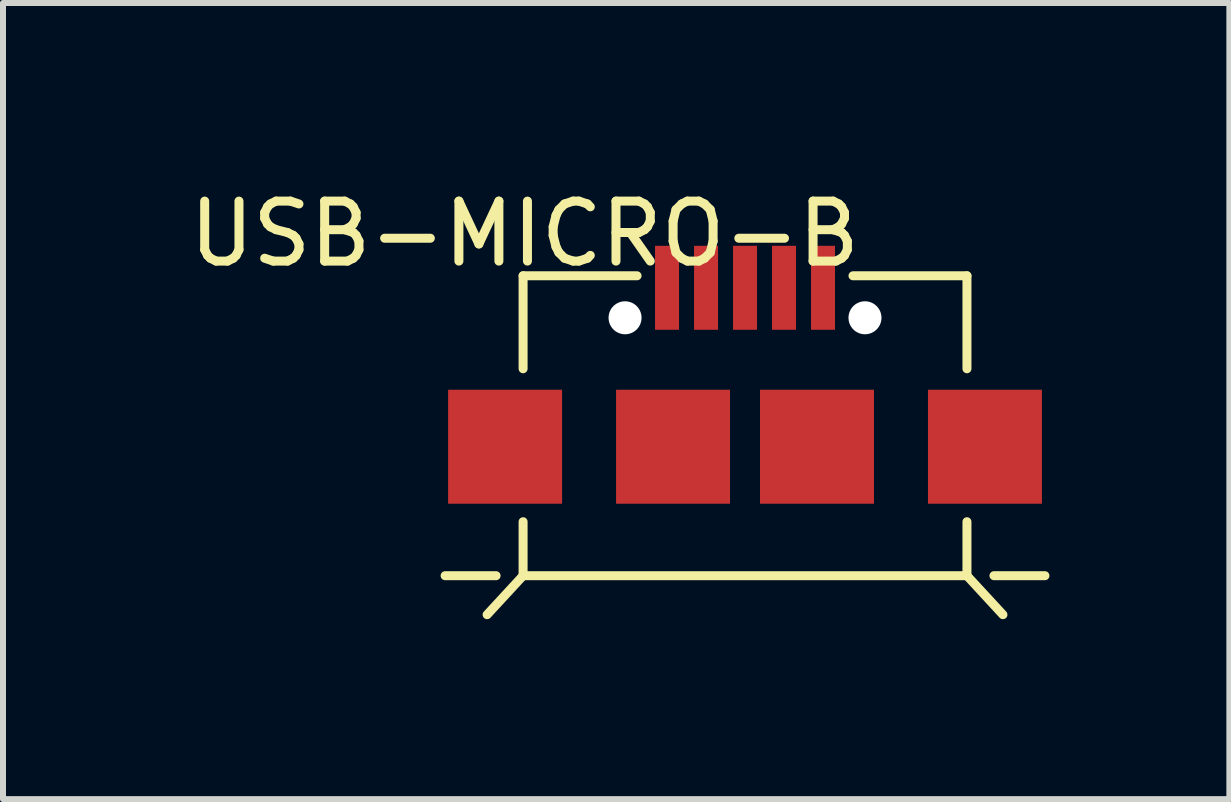
<source format=kicad_pcb>
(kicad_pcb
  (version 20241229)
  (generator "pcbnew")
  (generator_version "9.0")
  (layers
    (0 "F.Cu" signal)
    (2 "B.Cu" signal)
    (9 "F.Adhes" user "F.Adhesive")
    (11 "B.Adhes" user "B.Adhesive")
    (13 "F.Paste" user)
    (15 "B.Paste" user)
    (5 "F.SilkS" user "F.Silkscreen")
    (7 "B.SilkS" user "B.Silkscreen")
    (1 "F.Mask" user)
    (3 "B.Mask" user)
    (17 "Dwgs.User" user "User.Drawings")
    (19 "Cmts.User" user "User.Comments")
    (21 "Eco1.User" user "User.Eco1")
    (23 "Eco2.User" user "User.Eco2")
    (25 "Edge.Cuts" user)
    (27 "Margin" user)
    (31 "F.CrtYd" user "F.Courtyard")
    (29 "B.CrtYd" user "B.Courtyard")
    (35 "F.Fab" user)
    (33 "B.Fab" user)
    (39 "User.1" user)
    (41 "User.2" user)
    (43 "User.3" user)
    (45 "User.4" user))
  (footprint "USB-MICRO-B"
    (layer "F.Cu")
    (at 9.371 4.398)
    (property "Reference" "USB-MICRO-B" (at -3.675 -3.55 0) (layer "F.SilkS") (effects (font (size 1 1) (thickness 0.15))))
    (attr smd)
    (fp_line (start -4.15 2.15) (end -5 2.15) (stroke (width 0.15) (type solid)) (layer "F.SilkS"))
    (fp_line (start -3.7 -2.85) (end -3.7 -1.3) (stroke (width 0.15) (type solid)) (layer "F.SilkS"))
    (fp_line (start -3.7 2.15) (end -4.3 2.8) (stroke (width 0.15) (type solid)) (layer "F.SilkS"))
    (fp_line (start -3.7 2.15) (end -3.7 1.25) (stroke (width 0.15) (type solid)) (layer "F.SilkS"))
    (fp_line (start -3.7 2.15) (end 3.7 2.15) (stroke (width 0.15) (type solid)) (layer "F.SilkS"))
    (fp_line (start -1.8 -2.85) (end -3.7 -2.85) (stroke (width 0.15) (type solid)) (layer "F.SilkS"))
    (fp_line (start 1.8 -2.85) (end 3.7 -2.85) (stroke (width 0.15) (type solid)) (layer "F.SilkS"))
    (fp_line (start 3.7 -2.85) (end 3.7 -1.3) (stroke (width 0.15) (type solid)) (layer "F.SilkS"))
    (fp_line (start 3.7 2.15) (end 3.7 1.25) (stroke (width 0.15) (type solid)) (layer "F.SilkS"))
    (fp_line (start 3.7 2.15) (end 4.3 2.8) (stroke (width 0.15) (type solid)) (layer "F.SilkS"))
    (fp_line (start 4.15 2.15) (end 5 2.15) (stroke (width 0.15) (type solid)) (layer "F.SilkS"))
    (pad "" np_thru_hole circle (at -2 -2.15) (size 0.55 0.55) (drill 0.55) (layers "*.Cu"))
    (pad "" np_thru_hole circle (at 2 -2.15) (size 0.55 0.55) (drill 0.55) (layers "*.Cu"))
    (pad "1" smd rect (at -1.3 -2.65) (size 0.4 1.4) (layers "F.Cu" "F.Mask" "F.Paste"))
    (pad "2" smd rect (at -0.65 -2.65) (size 0.4 1.4) (layers "F.Cu" "F.Mask" "F.Paste"))
    (pad "3" smd rect (at 0 -2.65) (size 0.4 1.4) (layers "F.Cu" "F.Mask" "F.Paste"))
    (pad "4" smd rect (at 0.65 -2.65) (size 0.4 1.4) (layers "F.Cu" "F.Mask" "F.Paste"))
    (pad "5" smd rect (at 1.3 -2.65) (size 0.4 1.4) (layers "F.Cu" "F.Mask" "F.Paste"))
    (pad "6" smd rect (at -4 0) (size 1.9 1.9) (layers "F.Cu" "F.Mask" "F.Paste"))
    (pad "6" smd rect (at -1.2 0) (size 1.9 1.9) (layers "F.Cu" "F.Mask" "F.Paste"))
    (pad "6" smd rect (at 1.2 0) (size 1.9 1.9) (layers "F.Cu" "F.Mask" "F.Paste"))
    (pad "6" smd rect (at 4 0) (size 1.9 1.9) (layers "F.Cu" "F.Mask" "F.Paste")))
  (gr_rect
    (start -3 -3)
    (end 17.446 10.273)
    (stroke (width 0.1) (type default))
    (fill no)
    (layer "Edge.Cuts")))
</source>
